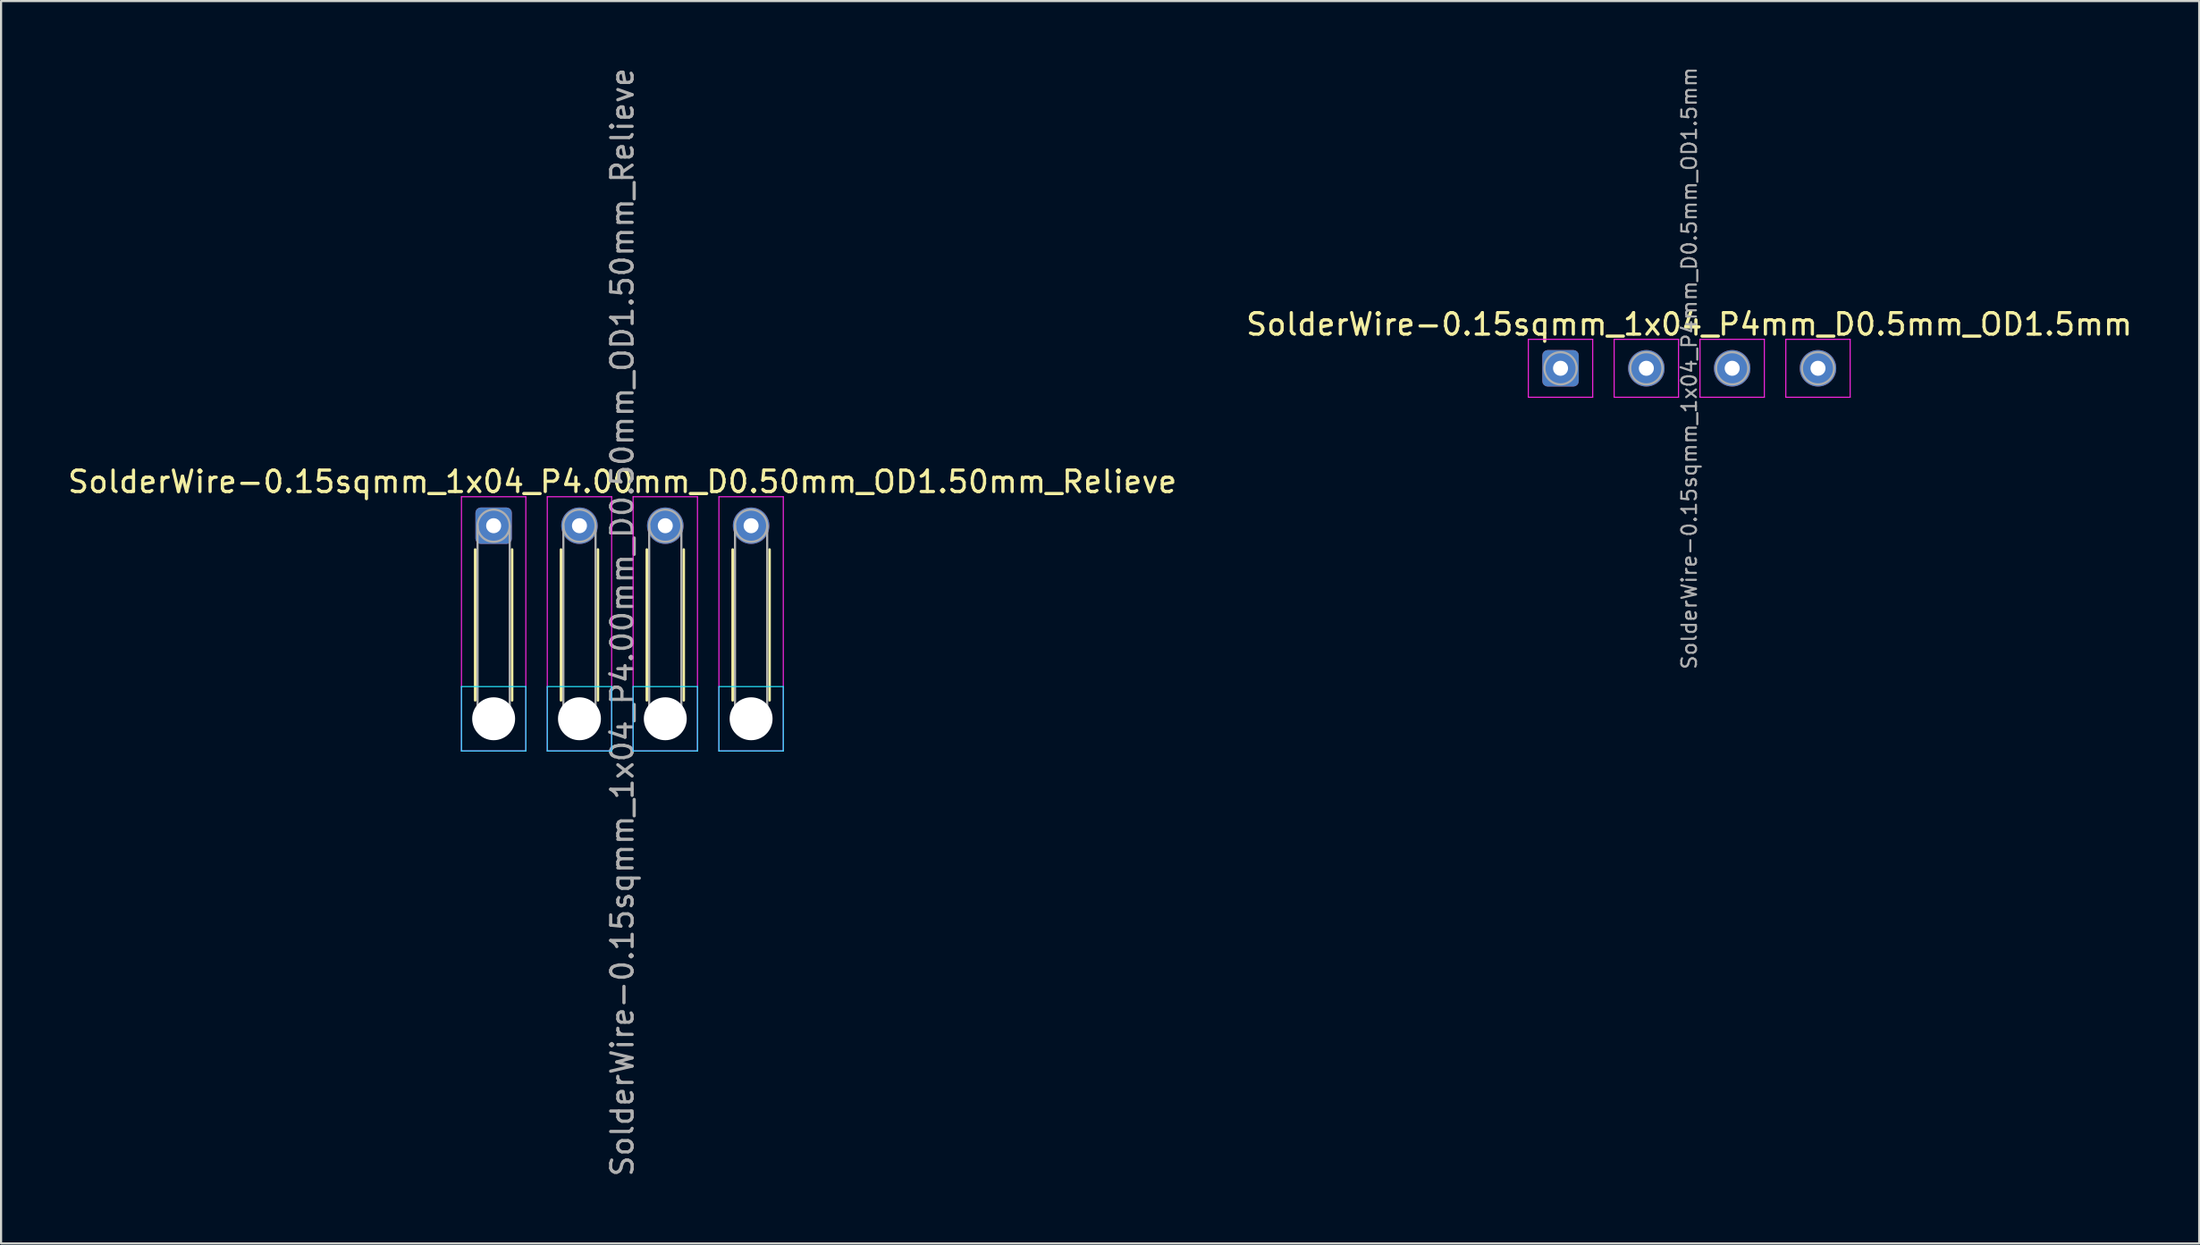
<source format=kicad_pcb>
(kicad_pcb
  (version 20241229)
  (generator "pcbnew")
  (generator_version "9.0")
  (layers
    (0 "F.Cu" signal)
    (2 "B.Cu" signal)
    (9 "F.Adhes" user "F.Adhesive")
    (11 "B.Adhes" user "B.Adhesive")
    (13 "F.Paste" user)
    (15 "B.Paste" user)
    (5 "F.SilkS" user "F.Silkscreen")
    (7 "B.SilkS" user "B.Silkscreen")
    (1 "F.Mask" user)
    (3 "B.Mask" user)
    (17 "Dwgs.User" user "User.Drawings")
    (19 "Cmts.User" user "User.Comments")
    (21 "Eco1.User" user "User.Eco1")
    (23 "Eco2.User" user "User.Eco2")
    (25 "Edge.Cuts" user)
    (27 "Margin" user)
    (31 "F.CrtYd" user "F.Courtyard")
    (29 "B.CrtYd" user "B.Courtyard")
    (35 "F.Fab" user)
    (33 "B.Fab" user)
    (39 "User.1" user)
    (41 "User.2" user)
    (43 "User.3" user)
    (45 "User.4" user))
  (footprint "SolderWire-0.15sqmm_1x04_P4.00mm_D0.50mm_OD1.50mm_Relieve"
    (layer "F.Cu")
    (at 19.958 21.458)
    (property "Reference" "SolderWire-0.15sqmm_1x04_P4.00mm_D0.50mm_OD1.50mm_Relieve" (at 6 -2.05 0) (layer "F.SilkS") (effects (font (size 1 1) (thickness 0.15))))
    (attr exclude_from_pos_files exclude_from_bom)
    (fp_line (start -0.86 1.11) (end -0.86 8.14) (stroke (width 0.12) (type solid)) (layer "F.SilkS"))
    (fp_line (start 0.86 1.11) (end 0.86 8.14) (stroke (width 0.12) (type solid)) (layer "F.SilkS"))
    (fp_line (start 3.14 1.11) (end 3.14 8.14) (stroke (width 0.12) (type solid)) (layer "F.SilkS"))
    (fp_line (start 4.86 1.11) (end 4.86 8.14) (stroke (width 0.12) (type solid)) (layer "F.SilkS"))
    (fp_line (start 7.14 1.11) (end 7.14 8.14) (stroke (width 0.12) (type solid)) (layer "F.SilkS"))
    (fp_line (start 8.86 1.11) (end 8.86 8.14) (stroke (width 0.12) (type solid)) (layer "F.SilkS"))
    (fp_line (start 11.14 1.11) (end 11.14 8.14) (stroke (width 0.12) (type solid)) (layer "F.SilkS"))
    (fp_line (start 12.86 1.11) (end 12.86 8.14) (stroke (width 0.12) (type solid)) (layer "F.SilkS"))
    (fp_line (start -1.5 7.5) (end -1.5 10.5) (stroke (width 0.05) (type solid)) (layer "B.CrtYd"))
    (fp_line (start -1.5 10.5) (end 1.5 10.5) (stroke (width 0.05) (type solid)) (layer "B.CrtYd"))
    (fp_line (start 1.5 7.5) (end -1.5 7.5) (stroke (width 0.05) (type solid)) (layer "B.CrtYd"))
    (fp_line (start 1.5 10.5) (end 1.5 7.5) (stroke (width 0.05) (type solid)) (layer "B.CrtYd"))
    (fp_line (start 2.5 7.5) (end 2.5 10.5) (stroke (width 0.05) (type solid)) (layer "B.CrtYd"))
    (fp_line (start 2.5 10.5) (end 5.5 10.5) (stroke (width 0.05) (type solid)) (layer "B.CrtYd"))
    (fp_line (start 5.5 7.5) (end 2.5 7.5) (stroke (width 0.05) (type solid)) (layer "B.CrtYd"))
    (fp_line (start 5.5 10.5) (end 5.5 7.5) (stroke (width 0.05) (type solid)) (layer "B.CrtYd"))
    (fp_line (start 6.5 7.5) (end 6.5 10.5) (stroke (width 0.05) (type solid)) (layer "B.CrtYd"))
    (fp_line (start 6.5 10.5) (end 9.5 10.5) (stroke (width 0.05) (type solid)) (layer "B.CrtYd"))
    (fp_line (start 9.5 7.5) (end 6.5 7.5) (stroke (width 0.05) (type solid)) (layer "B.CrtYd"))
    (fp_line (start 9.5 10.5) (end 9.5 7.5) (stroke (width 0.05) (type solid)) (layer "B.CrtYd"))
    (fp_line (start 10.5 7.5) (end 10.5 10.5) (stroke (width 0.05) (type solid)) (layer "B.CrtYd"))
    (fp_line (start 10.5 10.5) (end 13.5 10.5) (stroke (width 0.05) (type solid)) (layer "B.CrtYd"))
    (fp_line (start 13.5 7.5) (end 10.5 7.5) (stroke (width 0.05) (type solid)) (layer "B.CrtYd"))
    (fp_line (start 13.5 10.5) (end 13.5 7.5) (stroke (width 0.05) (type solid)) (layer "B.CrtYd"))
    (fp_line (start -1.5 -1.35) (end -1.5 10.5) (stroke (width 0.05) (type solid)) (layer "F.CrtYd"))
    (fp_line (start -1.5 10.5) (end 1.5 10.5) (stroke (width 0.05) (type solid)) (layer "F.CrtYd"))
    (fp_line (start 1.5 -1.35) (end -1.5 -1.35) (stroke (width 0.05) (type solid)) (layer "F.CrtYd"))
    (fp_line (start 1.5 10.5) (end 1.5 -1.35) (stroke (width 0.05) (type solid)) (layer "F.CrtYd"))
    (fp_line (start 2.5 -1.35) (end 2.5 10.5) (stroke (width 0.05) (type solid)) (layer "F.CrtYd"))
    (fp_line (start 2.5 10.5) (end 5.5 10.5) (stroke (width 0.05) (type solid)) (layer "F.CrtYd"))
    (fp_line (start 5.5 -1.35) (end 2.5 -1.35) (stroke (width 0.05) (type solid)) (layer "F.CrtYd"))
    (fp_line (start 5.5 10.5) (end 5.5 -1.35) (stroke (width 0.05) (type solid)) (layer "F.CrtYd"))
    (fp_line (start 6.5 -1.35) (end 6.5 10.5) (stroke (width 0.05) (type solid)) (layer "F.CrtYd"))
    (fp_line (start 6.5 10.5) (end 9.5 10.5) (stroke (width 0.05) (type solid)) (layer "F.CrtYd"))
    (fp_line (start 9.5 -1.35) (end 6.5 -1.35) (stroke (width 0.05) (type solid)) (layer "F.CrtYd"))
    (fp_line (start 9.5 10.5) (end 9.5 -1.35) (stroke (width 0.05) (type solid)) (layer "F.CrtYd"))
    (fp_line (start 10.5 -1.35) (end 10.5 10.5) (stroke (width 0.05) (type solid)) (layer "F.CrtYd"))
    (fp_line (start 10.5 10.5) (end 13.5 10.5) (stroke (width 0.05) (type solid)) (layer "F.CrtYd"))
    (fp_line (start 13.5 -1.35) (end 10.5 -1.35) (stroke (width 0.05) (type solid)) (layer "F.CrtYd"))
    (fp_line (start 13.5 10.5) (end 13.5 -1.35) (stroke (width 0.05) (type solid)) (layer "F.CrtYd"))
    (fp_line (start -0.75 0) (end -0.75 9) (stroke (width 0.1) (type solid)) (layer "F.Fab"))
    (fp_line (start 0.75 0) (end 0.75 9) (stroke (width 0.1) (type solid)) (layer "F.Fab"))
    (fp_line (start 3.25 0) (end 3.25 9) (stroke (width 0.1) (type solid)) (layer "F.Fab"))
    (fp_line (start 4.75 0) (end 4.75 9) (stroke (width 0.1) (type solid)) (layer "F.Fab"))
    (fp_line (start 7.25 0) (end 7.25 9) (stroke (width 0.1) (type solid)) (layer "F.Fab"))
    (fp_line (start 8.75 0) (end 8.75 9) (stroke (width 0.1) (type solid)) (layer "F.Fab"))
    (fp_line (start 11.25 0) (end 11.25 9) (stroke (width 0.1) (type solid)) (layer "F.Fab"))
    (fp_line (start 12.75 0) (end 12.75 9) (stroke (width 0.1) (type solid)) (layer "F.Fab"))
    (fp_circle (center 0 0) (end 0.75 0) (stroke (width 0.1) (type solid)) (fill no) (layer "F.Fab"))
    (fp_circle (center 0 9) (end 0.75 9) (stroke (width 0.1) (type solid)) (fill no) (layer "F.Fab"))
    (fp_circle (center 4 0) (end 4.75 0) (stroke (width 0.1) (type solid)) (fill no) (layer "F.Fab"))
    (fp_circle (center 4 9) (end 4.75 9) (stroke (width 0.1) (type solid)) (fill no) (layer "F.Fab"))
    (fp_circle (center 8 0) (end 8.75 0) (stroke (width 0.1) (type solid)) (fill no) (layer "F.Fab"))
    (fp_circle (center 8 9) (end 8.75 9) (stroke (width 0.1) (type solid)) (fill no) (layer "F.Fab"))
    (fp_circle (center 12 0) (end 12.75 0) (stroke (width 0.1) (type solid)) (fill no) (layer "F.Fab"))
    (fp_circle (center 12 9) (end 12.75 9) (stroke (width 0.1) (type solid)) (fill no) (layer "F.Fab"))
    (fp_text user "${REFERENCE}" (at 6 4.5 90) (layer "F.Fab") (effects (font (size 1 1) (thickness 0.15))))
    (pad "" np_thru_hole circle (at 0 9) (size 2 2) (drill 2) (layers "*.Cu" "*.Mask"))
    (pad "" np_thru_hole circle (at 4 9) (size 2 2) (drill 2) (layers "*.Cu" "*.Mask"))
    (pad "" np_thru_hole circle (at 8 9) (size 2 2) (drill 2) (layers "*.Cu" "*.Mask"))
    (pad "" np_thru_hole circle (at 12 9) (size 2 2) (drill 2) (layers "*.Cu" "*.Mask"))
    (pad "1" thru_hole roundrect (at 0 0) (size 1.7 1.7) (drill 0.7) (layers "*.Cu" "*.Mask") (roundrect_rratio 0.147))
    (pad "2" thru_hole circle (at 4 0) (size 1.7 1.7) (drill 0.7) (layers "*.Cu" "*.Mask"))
    (pad "3" thru_hole circle (at 8 0) (size 1.7 1.7) (drill 0.7) (layers "*.Cu" "*.Mask"))
    (pad "4" thru_hole circle (at 12 0) (size 1.7 1.7) (drill 0.7) (layers "*.Cu" "*.Mask")))
  (footprint "SolderWire-0.15sqmm_1x04_P4mm_D0.5mm_OD1.5mm"
    (layer "F.Cu")
    (at 69.685 14.119)
    (property "Reference" "SolderWire-0.15sqmm_1x04_P4mm_D0.5mm_OD1.5mm" (at 6 -2.05 0) (layer "F.SilkS") (effects (font (size 1 1) (thickness 0.15))))
    (attr exclude_from_pos_files exclude_from_bom)
    (fp_line (start -1.5 -1.35) (end -1.5 1.35) (stroke (width 0.05) (type solid)) (layer "F.CrtYd"))
    (fp_line (start -1.5 1.35) (end 1.5 1.35) (stroke (width 0.05) (type solid)) (layer "F.CrtYd"))
    (fp_line (start 1.5 -1.35) (end -1.5 -1.35) (stroke (width 0.05) (type solid)) (layer "F.CrtYd"))
    (fp_line (start 1.5 1.35) (end 1.5 -1.35) (stroke (width 0.05) (type solid)) (layer "F.CrtYd"))
    (fp_line (start 2.5 -1.35) (end 2.5 1.35) (stroke (width 0.05) (type solid)) (layer "F.CrtYd"))
    (fp_line (start 2.5 1.35) (end 5.5 1.35) (stroke (width 0.05) (type solid)) (layer "F.CrtYd"))
    (fp_line (start 5.5 -1.35) (end 2.5 -1.35) (stroke (width 0.05) (type solid)) (layer "F.CrtYd"))
    (fp_line (start 5.5 1.35) (end 5.5 -1.35) (stroke (width 0.05) (type solid)) (layer "F.CrtYd"))
    (fp_line (start 6.5 -1.35) (end 6.5 1.35) (stroke (width 0.05) (type solid)) (layer "F.CrtYd"))
    (fp_line (start 6.5 1.35) (end 9.5 1.35) (stroke (width 0.05) (type solid)) (layer "F.CrtYd"))
    (fp_line (start 9.5 -1.35) (end 6.5 -1.35) (stroke (width 0.05) (type solid)) (layer "F.CrtYd"))
    (fp_line (start 9.5 1.35) (end 9.5 -1.35) (stroke (width 0.05) (type solid)) (layer "F.CrtYd"))
    (fp_line (start 10.5 -1.35) (end 10.5 1.35) (stroke (width 0.05) (type solid)) (layer "F.CrtYd"))
    (fp_line (start 10.5 1.35) (end 13.5 1.35) (stroke (width 0.05) (type solid)) (layer "F.CrtYd"))
    (fp_line (start 13.5 -1.35) (end 10.5 -1.35) (stroke (width 0.05) (type solid)) (layer "F.CrtYd"))
    (fp_line (start 13.5 1.35) (end 13.5 -1.35) (stroke (width 0.05) (type solid)) (layer "F.CrtYd"))
    (fp_circle (center 0 0) (end 0.75 0) (stroke (width 0.1) (type solid)) (fill no) (layer "F.Fab"))
    (fp_circle (center 4 0) (end 4.75 0) (stroke (width 0.1) (type solid)) (fill no) (layer "F.Fab"))
    (fp_circle (center 8 0) (end 8.75 0) (stroke (width 0.1) (type solid)) (fill no) (layer "F.Fab"))
    (fp_circle (center 12 0) (end 12.75 0) (stroke (width 0.1) (type solid)) (fill no) (layer "F.Fab"))
    (fp_text user "${REFERENCE}" (at 6 0 90) (layer "F.Fab") (effects (font (size 0.68 0.68) (thickness 0.1))))
    (pad "1" thru_hole roundrect (at 0 0) (size 1.7 1.7) (drill 0.7) (layers "*.Cu" "*.Mask") (roundrect_rratio 0.147))
    (pad "2" thru_hole circle (at 4 0) (size 1.7 1.7) (drill 0.7) (layers "*.Cu" "*.Mask"))
    (pad "3" thru_hole circle (at 8 0) (size 1.7 1.7) (drill 0.7) (layers "*.Cu" "*.Mask"))
    (pad "4" thru_hole circle (at 12 0) (size 1.7 1.7) (drill 0.7) (layers "*.Cu" "*.Mask")))
  (gr_rect
    (start -3 -3)
    (end 99.452 54.917)
    (stroke (width 0.1) (type default))
    (fill no)
    (layer "Edge.Cuts")))
</source>
